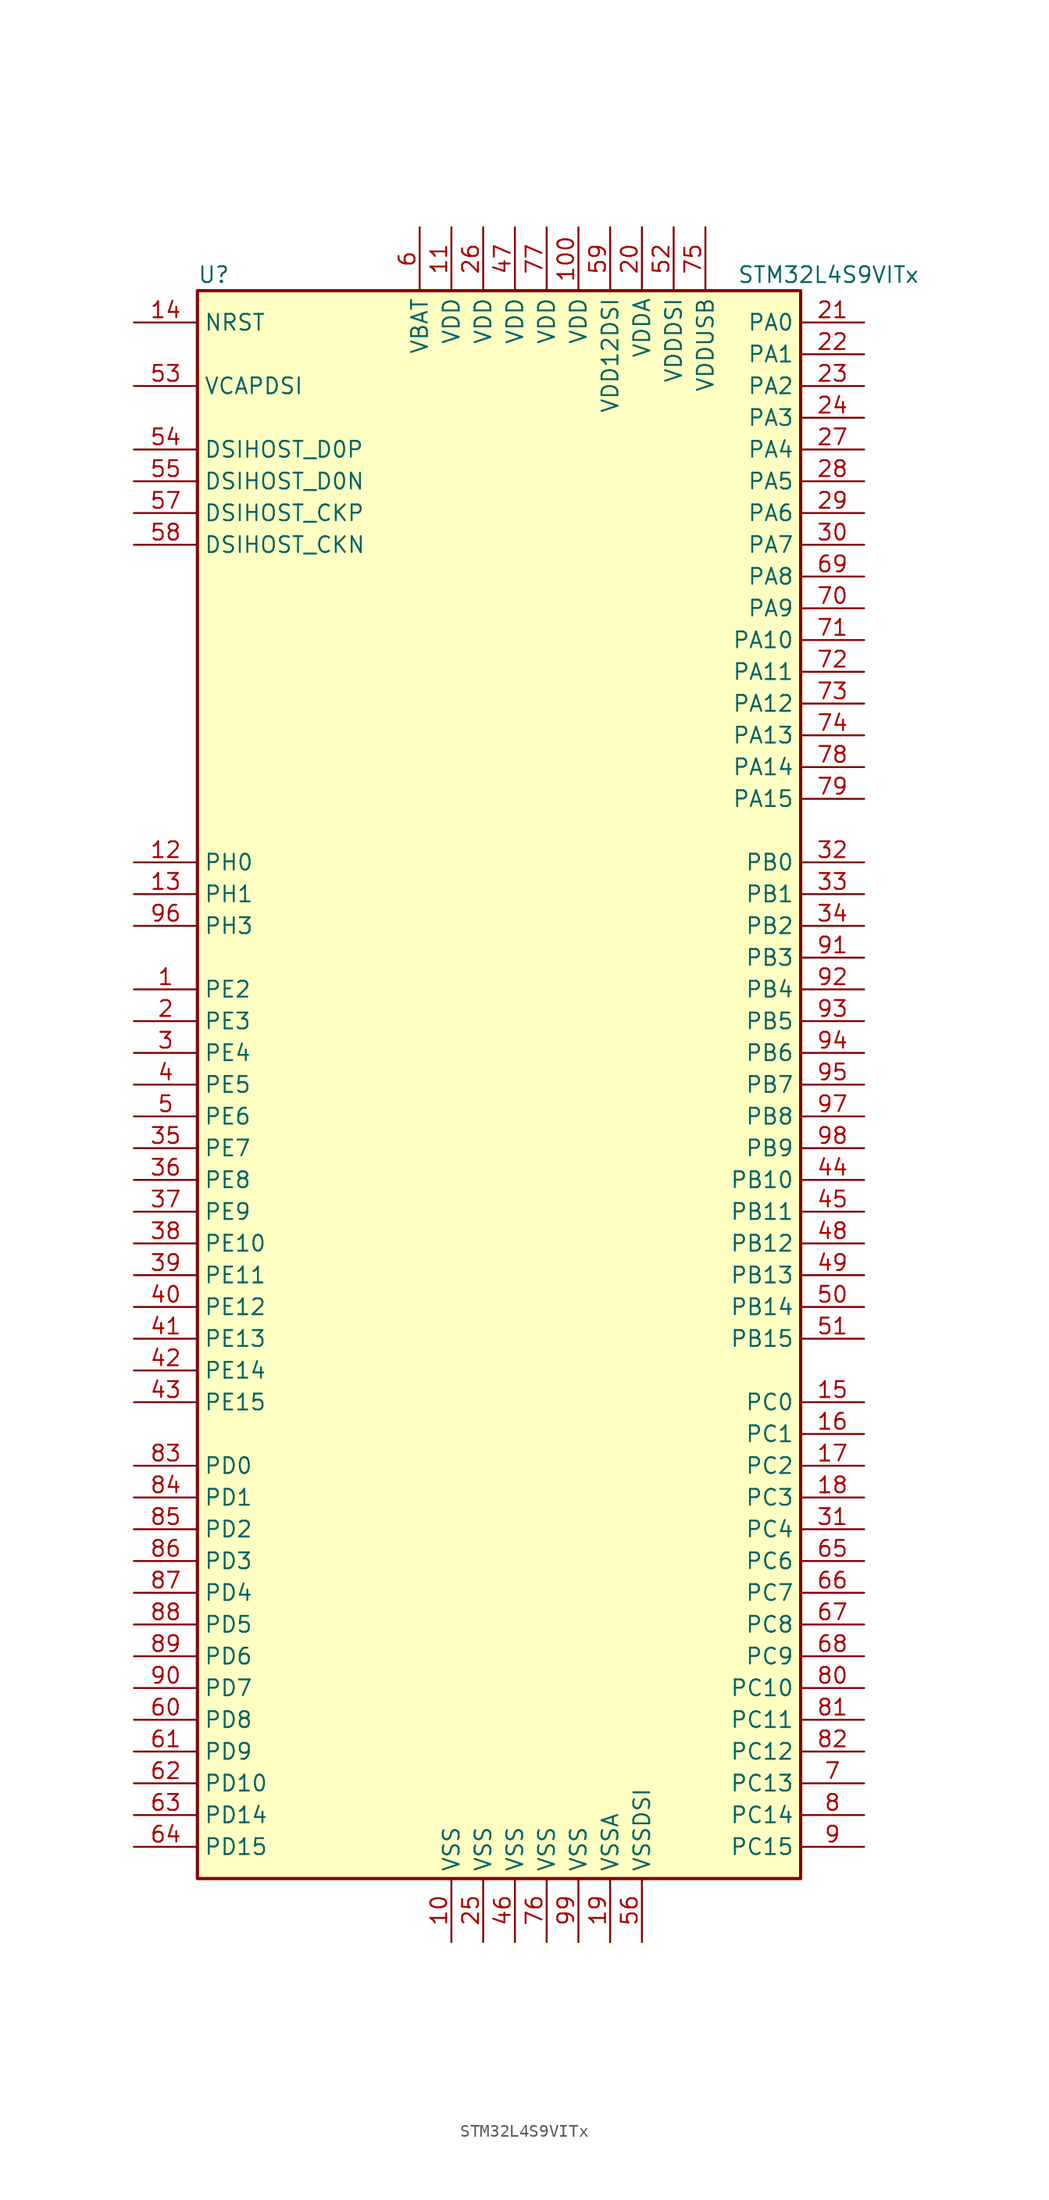
<source format=kicad_sym>
(kicad_symbol_lib
  (version 20201005)
  (generator kicad_symbol_editor)
  (symbol "STM32L4S9VITx"
    (property "Reference" "U"
      (at -25.4 64.77 0)
      (effects (font (size 1.27 1.27)) (justify left)))
    (property "Value" "STM32L4S9VITx"
      (at 17.78 64.77 0)
      (effects (font (size 1.27 1.27)) (justify left)))
    (symbol "STM32L4S9VITx_0_1"
      (rectangle (start -25.4 -63.5) (end 22.86 63.5) (stroke (width 0.254)) (fill (type background))))
    (symbol "STM32L4S9VITx_1_1"
      (pin bidirectional line (at -30.48 7.62 0) (length 5.08) (name "PE2" (effects (font (size 1.27 1.27)))) (number "1" (effects (font (size 1.27 1.27)))))
      (pin power_in line (at -5.08 -68.58 90) (length 5.08) (name "VSS" (effects (font (size 1.27 1.27)))) (number "10" (effects (font (size 1.27 1.27)))))
      (pin power_in line (at 5.08 68.58 270) (length 5.08) (name "VDD" (effects (font (size 1.27 1.27)))) (number "100" (effects (font (size 1.27 1.27)))))
      (pin power_in line (at -5.08 68.58 270) (length 5.08) (name "VDD" (effects (font (size 1.27 1.27)))) (number "11" (effects (font (size 1.27 1.27)))))
      (pin input line (at -30.48 17.78 0) (length 5.08) (name "PH0" (effects (font (size 1.27 1.27)))) (number "12" (effects (font (size 1.27 1.27)))))
      (pin input line (at -30.48 15.24 0) (length 5.08) (name "PH1" (effects (font (size 1.27 1.27)))) (number "13" (effects (font (size 1.27 1.27)))))
      (pin input line (at -30.48 60.96 0) (length 5.08) (name "NRST" (effects (font (size 1.27 1.27)))) (number "14" (effects (font (size 1.27 1.27)))))
      (pin bidirectional line (at 27.94 -25.4 180) (length 5.08) (name "PC0" (effects (font (size 1.27 1.27)))) (number "15" (effects (font (size 1.27 1.27)))))
      (pin bidirectional line (at 27.94 -27.94 180) (length 5.08) (name "PC1" (effects (font (size 1.27 1.27)))) (number "16" (effects (font (size 1.27 1.27)))))
      (pin bidirectional line (at 27.94 -30.48 180) (length 5.08) (name "PC2" (effects (font (size 1.27 1.27)))) (number "17" (effects (font (size 1.27 1.27)))))
      (pin bidirectional line (at 27.94 -33.02 180) (length 5.08) (name "PC3" (effects (font (size 1.27 1.27)))) (number "18" (effects (font (size 1.27 1.27)))))
      (pin power_in line (at 7.62 -68.58 90) (length 5.08) (name "VSSA" (effects (font (size 1.27 1.27)))) (number "19" (effects (font (size 1.27 1.27)))))
      (pin bidirectional line (at -30.48 5.08 0) (length 5.08) (name "PE3" (effects (font (size 1.27 1.27)))) (number "2" (effects (font (size 1.27 1.27)))))
      (pin power_in line (at 10.16 68.58 270) (length 5.08) (name "VDDA" (effects (font (size 1.27 1.27)))) (number "20" (effects (font (size 1.27 1.27)))))
      (pin bidirectional line (at 27.94 60.96 180) (length 5.08) (name "PA0" (effects (font (size 1.27 1.27)))) (number "21" (effects (font (size 1.27 1.27)))))
      (pin bidirectional line (at 27.94 58.42 180) (length 5.08) (name "PA1" (effects (font (size 1.27 1.27)))) (number "22" (effects (font (size 1.27 1.27)))))
      (pin bidirectional line (at 27.94 55.88 180) (length 5.08) (name "PA2" (effects (font (size 1.27 1.27)))) (number "23" (effects (font (size 1.27 1.27)))))
      (pin bidirectional line (at 27.94 53.34 180) (length 5.08) (name "PA3" (effects (font (size 1.27 1.27)))) (number "24" (effects (font (size 1.27 1.27)))))
      (pin power_in line (at -2.54 -68.58 90) (length 5.08) (name "VSS" (effects (font (size 1.27 1.27)))) (number "25" (effects (font (size 1.27 1.27)))))
      (pin power_in line (at -2.54 68.58 270) (length 5.08) (name "VDD" (effects (font (size 1.27 1.27)))) (number "26" (effects (font (size 1.27 1.27)))))
      (pin bidirectional line (at 27.94 50.8 180) (length 5.08) (name "PA4" (effects (font (size 1.27 1.27)))) (number "27" (effects (font (size 1.27 1.27)))))
      (pin bidirectional line (at 27.94 48.26 180) (length 5.08) (name "PA5" (effects (font (size 1.27 1.27)))) (number "28" (effects (font (size 1.27 1.27)))))
      (pin bidirectional line (at 27.94 45.72 180) (length 5.08) (name "PA6" (effects (font (size 1.27 1.27)))) (number "29" (effects (font (size 1.27 1.27)))))
      (pin bidirectional line (at -30.48 2.54 0) (length 5.08) (name "PE4" (effects (font (size 1.27 1.27)))) (number "3" (effects (font (size 1.27 1.27)))))
      (pin bidirectional line (at 27.94 43.18 180) (length 5.08) (name "PA7" (effects (font (size 1.27 1.27)))) (number "30" (effects (font (size 1.27 1.27)))))
      (pin bidirectional line (at 27.94 -35.56 180) (length 5.08) (name "PC4" (effects (font (size 1.27 1.27)))) (number "31" (effects (font (size 1.27 1.27)))))
      (pin bidirectional line (at 27.94 17.78 180) (length 5.08) (name "PB0" (effects (font (size 1.27 1.27)))) (number "32" (effects (font (size 1.27 1.27)))))
      (pin bidirectional line (at 27.94 15.24 180) (length 5.08) (name "PB1" (effects (font (size 1.27 1.27)))) (number "33" (effects (font (size 1.27 1.27)))))
      (pin bidirectional line (at 27.94 12.7 180) (length 5.08) (name "PB2" (effects (font (size 1.27 1.27)))) (number "34" (effects (font (size 1.27 1.27)))))
      (pin bidirectional line (at -30.48 -5.08 0) (length 5.08) (name "PE7" (effects (font (size 1.27 1.27)))) (number "35" (effects (font (size 1.27 1.27)))))
      (pin bidirectional line (at -30.48 -7.62 0) (length 5.08) (name "PE8" (effects (font (size 1.27 1.27)))) (number "36" (effects (font (size 1.27 1.27)))))
      (pin bidirectional line (at -30.48 -10.16 0) (length 5.08) (name "PE9" (effects (font (size 1.27 1.27)))) (number "37" (effects (font (size 1.27 1.27)))))
      (pin bidirectional line (at -30.48 -12.7 0) (length 5.08) (name "PE10" (effects (font (size 1.27 1.27)))) (number "38" (effects (font (size 1.27 1.27)))))
      (pin bidirectional line (at -30.48 -15.24 0) (length 5.08) (name "PE11" (effects (font (size 1.27 1.27)))) (number "39" (effects (font (size 1.27 1.27)))))
      (pin bidirectional line (at -30.48 0 0) (length 5.08) (name "PE5" (effects (font (size 1.27 1.27)))) (number "4" (effects (font (size 1.27 1.27)))))
      (pin bidirectional line (at -30.48 -17.78 0) (length 5.08) (name "PE12" (effects (font (size 1.27 1.27)))) (number "40" (effects (font (size 1.27 1.27)))))
      (pin bidirectional line (at -30.48 -20.32 0) (length 5.08) (name "PE13" (effects (font (size 1.27 1.27)))) (number "41" (effects (font (size 1.27 1.27)))))
      (pin bidirectional line (at -30.48 -22.86 0) (length 5.08) (name "PE14" (effects (font (size 1.27 1.27)))) (number "42" (effects (font (size 1.27 1.27)))))
      (pin bidirectional line (at -30.48 -25.4 0) (length 5.08) (name "PE15" (effects (font (size 1.27 1.27)))) (number "43" (effects (font (size 1.27 1.27)))))
      (pin bidirectional line (at 27.94 -7.62 180) (length 5.08) (name "PB10" (effects (font (size 1.27 1.27)))) (number "44" (effects (font (size 1.27 1.27)))))
      (pin bidirectional line (at 27.94 -10.16 180) (length 5.08) (name "PB11" (effects (font (size 1.27 1.27)))) (number "45" (effects (font (size 1.27 1.27)))))
      (pin power_in line (at 0 -68.58 90) (length 5.08) (name "VSS" (effects (font (size 1.27 1.27)))) (number "46" (effects (font (size 1.27 1.27)))))
      (pin power_in line (at 0 68.58 270) (length 5.08) (name "VDD" (effects (font (size 1.27 1.27)))) (number "47" (effects (font (size 1.27 1.27)))))
      (pin bidirectional line (at 27.94 -12.7 180) (length 5.08) (name "PB12" (effects (font (size 1.27 1.27)))) (number "48" (effects (font (size 1.27 1.27)))))
      (pin bidirectional line (at 27.94 -15.24 180) (length 5.08) (name "PB13" (effects (font (size 1.27 1.27)))) (number "49" (effects (font (size 1.27 1.27)))))
      (pin bidirectional line (at -30.48 -2.54 0) (length 5.08) (name "PE6" (effects (font (size 1.27 1.27)))) (number "5" (effects (font (size 1.27 1.27)))))
      (pin bidirectional line (at 27.94 -17.78 180) (length 5.08) (name "PB14" (effects (font (size 1.27 1.27)))) (number "50" (effects (font (size 1.27 1.27)))))
      (pin bidirectional line (at 27.94 -20.32 180) (length 5.08) (name "PB15" (effects (font (size 1.27 1.27)))) (number "51" (effects (font (size 1.27 1.27)))))
      (pin power_in line (at 12.7 68.58 270) (length 5.08) (name "VDDDSI" (effects (font (size 1.27 1.27)))) (number "52" (effects (font (size 1.27 1.27)))))
      (pin power_in line (at -30.48 55.88 0) (length 5.08) (name "VCAPDSI" (effects (font (size 1.27 1.27)))) (number "53" (effects (font (size 1.27 1.27)))))
      (pin bidirectional line (at -30.48 50.8 0) (length 5.08) (name "DSIHOST_D0P" (effects (font (size 1.27 1.27)))) (number "54" (effects (font (size 1.27 1.27)))))
      (pin bidirectional line (at -30.48 48.26 0) (length 5.08) (name "DSIHOST_D0N" (effects (font (size 1.27 1.27)))) (number "55" (effects (font (size 1.27 1.27)))))
      (pin power_in line (at 10.16 -68.58 90) (length 5.08) (name "VSSDSI" (effects (font (size 1.27 1.27)))) (number "56" (effects (font (size 1.27 1.27)))))
      (pin bidirectional line (at -30.48 45.72 0) (length 5.08) (name "DSIHOST_CKP" (effects (font (size 1.27 1.27)))) (number "57" (effects (font (size 1.27 1.27)))))
      (pin bidirectional line (at -30.48 43.18 0) (length 5.08) (name "DSIHOST_CKN" (effects (font (size 1.27 1.27)))) (number "58" (effects (font (size 1.27 1.27)))))
      (pin power_in line (at 7.62 68.58 270) (length 5.08) (name "VDD12DSI" (effects (font (size 1.27 1.27)))) (number "59" (effects (font (size 1.27 1.27)))))
      (pin power_in line (at -7.62 68.58 270) (length 5.08) (name "VBAT" (effects (font (size 1.27 1.27)))) (number "6" (effects (font (size 1.27 1.27)))))
      (pin bidirectional line (at -30.48 -50.8 0) (length 5.08) (name "PD8" (effects (font (size 1.27 1.27)))) (number "60" (effects (font (size 1.27 1.27)))))
      (pin bidirectional line (at -30.48 -53.34 0) (length 5.08) (name "PD9" (effects (font (size 1.27 1.27)))) (number "61" (effects (font (size 1.27 1.27)))))
      (pin bidirectional line (at -30.48 -55.88 0) (length 5.08) (name "PD10" (effects (font (size 1.27 1.27)))) (number "62" (effects (font (size 1.27 1.27)))))
      (pin bidirectional line (at -30.48 -58.42 0) (length 5.08) (name "PD14" (effects (font (size 1.27 1.27)))) (number "63" (effects (font (size 1.27 1.27)))))
      (pin bidirectional line (at -30.48 -60.96 0) (length 5.08) (name "PD15" (effects (font (size 1.27 1.27)))) (number "64" (effects (font (size 1.27 1.27)))))
      (pin bidirectional line (at 27.94 -38.1 180) (length 5.08) (name "PC6" (effects (font (size 1.27 1.27)))) (number "65" (effects (font (size 1.27 1.27)))))
      (pin bidirectional line (at 27.94 -40.64 180) (length 5.08) (name "PC7" (effects (font (size 1.27 1.27)))) (number "66" (effects (font (size 1.27 1.27)))))
      (pin bidirectional line (at 27.94 -43.18 180) (length 5.08) (name "PC8" (effects (font (size 1.27 1.27)))) (number "67" (effects (font (size 1.27 1.27)))))
      (pin bidirectional line (at 27.94 -45.72 180) (length 5.08) (name "PC9" (effects (font (size 1.27 1.27)))) (number "68" (effects (font (size 1.27 1.27)))))
      (pin bidirectional line (at 27.94 40.64 180) (length 5.08) (name "PA8" (effects (font (size 1.27 1.27)))) (number "69" (effects (font (size 1.27 1.27)))))
      (pin bidirectional line (at 27.94 -55.88 180) (length 5.08) (name "PC13" (effects (font (size 1.27 1.27)))) (number "7" (effects (font (size 1.27 1.27)))))
      (pin bidirectional line (at 27.94 38.1 180) (length 5.08) (name "PA9" (effects (font (size 1.27 1.27)))) (number "70" (effects (font (size 1.27 1.27)))))
      (pin bidirectional line (at 27.94 35.56 180) (length 5.08) (name "PA10" (effects (font (size 1.27 1.27)))) (number "71" (effects (font (size 1.27 1.27)))))
      (pin bidirectional line (at 27.94 33.02 180) (length 5.08) (name "PA11" (effects (font (size 1.27 1.27)))) (number "72" (effects (font (size 1.27 1.27)))))
      (pin bidirectional line (at 27.94 30.48 180) (length 5.08) (name "PA12" (effects (font (size 1.27 1.27)))) (number "73" (effects (font (size 1.27 1.27)))))
      (pin bidirectional line (at 27.94 27.94 180) (length 5.08) (name "PA13" (effects (font (size 1.27 1.27)))) (number "74" (effects (font (size 1.27 1.27)))))
      (pin power_in line (at 15.24 68.58 270) (length 5.08) (name "VDDUSB" (effects (font (size 1.27 1.27)))) (number "75" (effects (font (size 1.27 1.27)))))
      (pin power_in line (at 2.54 -68.58 90) (length 5.08) (name "VSS" (effects (font (size 1.27 1.27)))) (number "76" (effects (font (size 1.27 1.27)))))
      (pin power_in line (at 2.54 68.58 270) (length 5.08) (name "VDD" (effects (font (size 1.27 1.27)))) (number "77" (effects (font (size 1.27 1.27)))))
      (pin bidirectional line (at 27.94 25.4 180) (length 5.08) (name "PA14" (effects (font (size 1.27 1.27)))) (number "78" (effects (font (size 1.27 1.27)))))
      (pin bidirectional line (at 27.94 22.86 180) (length 5.08) (name "PA15" (effects (font (size 1.27 1.27)))) (number "79" (effects (font (size 1.27 1.27)))))
      (pin bidirectional line (at 27.94 -58.42 180) (length 5.08) (name "PC14" (effects (font (size 1.27 1.27)))) (number "8" (effects (font (size 1.27 1.27)))))
      (pin bidirectional line (at 27.94 -48.26 180) (length 5.08) (name "PC10" (effects (font (size 1.27 1.27)))) (number "80" (effects (font (size 1.27 1.27)))))
      (pin bidirectional line (at 27.94 -50.8 180) (length 5.08) (name "PC11" (effects (font (size 1.27 1.27)))) (number "81" (effects (font (size 1.27 1.27)))))
      (pin bidirectional line (at 27.94 -53.34 180) (length 5.08) (name "PC12" (effects (font (size 1.27 1.27)))) (number "82" (effects (font (size 1.27 1.27)))))
      (pin bidirectional line (at -30.48 -30.48 0) (length 5.08) (name "PD0" (effects (font (size 1.27 1.27)))) (number "83" (effects (font (size 1.27 1.27)))))
      (pin bidirectional line (at -30.48 -33.02 0) (length 5.08) (name "PD1" (effects (font (size 1.27 1.27)))) (number "84" (effects (font (size 1.27 1.27)))))
      (pin bidirectional line (at -30.48 -35.56 0) (length 5.08) (name "PD2" (effects (font (size 1.27 1.27)))) (number "85" (effects (font (size 1.27 1.27)))))
      (pin bidirectional line (at -30.48 -38.1 0) (length 5.08) (name "PD3" (effects (font (size 1.27 1.27)))) (number "86" (effects (font (size 1.27 1.27)))))
      (pin bidirectional line (at -30.48 -40.64 0) (length 5.08) (name "PD4" (effects (font (size 1.27 1.27)))) (number "87" (effects (font (size 1.27 1.27)))))
      (pin bidirectional line (at -30.48 -43.18 0) (length 5.08) (name "PD5" (effects (font (size 1.27 1.27)))) (number "88" (effects (font (size 1.27 1.27)))))
      (pin bidirectional line (at -30.48 -45.72 0) (length 5.08) (name "PD6" (effects (font (size 1.27 1.27)))) (number "89" (effects (font (size 1.27 1.27)))))
      (pin bidirectional line (at 27.94 -60.96 180) (length 5.08) (name "PC15" (effects (font (size 1.27 1.27)))) (number "9" (effects (font (size 1.27 1.27)))))
      (pin bidirectional line (at -30.48 -48.26 0) (length 5.08) (name "PD7" (effects (font (size 1.27 1.27)))) (number "90" (effects (font (size 1.27 1.27)))))
      (pin bidirectional line (at 27.94 10.16 180) (length 5.08) (name "PB3" (effects (font (size 1.27 1.27)))) (number "91" (effects (font (size 1.27 1.27)))))
      (pin bidirectional line (at 27.94 7.62 180) (length 5.08) (name "PB4" (effects (font (size 1.27 1.27)))) (number "92" (effects (font (size 1.27 1.27)))))
      (pin bidirectional line (at 27.94 5.08 180) (length 5.08) (name "PB5" (effects (font (size 1.27 1.27)))) (number "93" (effects (font (size 1.27 1.27)))))
      (pin bidirectional line (at 27.94 2.54 180) (length 5.08) (name "PB6" (effects (font (size 1.27 1.27)))) (number "94" (effects (font (size 1.27 1.27)))))
      (pin bidirectional line (at 27.94 0 180) (length 5.08) (name "PB7" (effects (font (size 1.27 1.27)))) (number "95" (effects (font (size 1.27 1.27)))))
      (pin bidirectional line (at -30.48 12.7 0) (length 5.08) (name "PH3" (effects (font (size 1.27 1.27)))) (number "96" (effects (font (size 1.27 1.27)))))
      (pin bidirectional line (at 27.94 -2.54 180) (length 5.08) (name "PB8" (effects (font (size 1.27 1.27)))) (number "97" (effects (font (size 1.27 1.27)))))
      (pin bidirectional line (at 27.94 -5.08 180) (length 5.08) (name "PB9" (effects (font (size 1.27 1.27)))) (number "98" (effects (font (size 1.27 1.27)))))
      (pin power_in line (at 5.08 -68.58 90) (length 5.08) (name "VSS" (effects (font (size 1.27 1.27)))) (number "99" (effects (font (size 1.27 1.27))))))))
</source>
